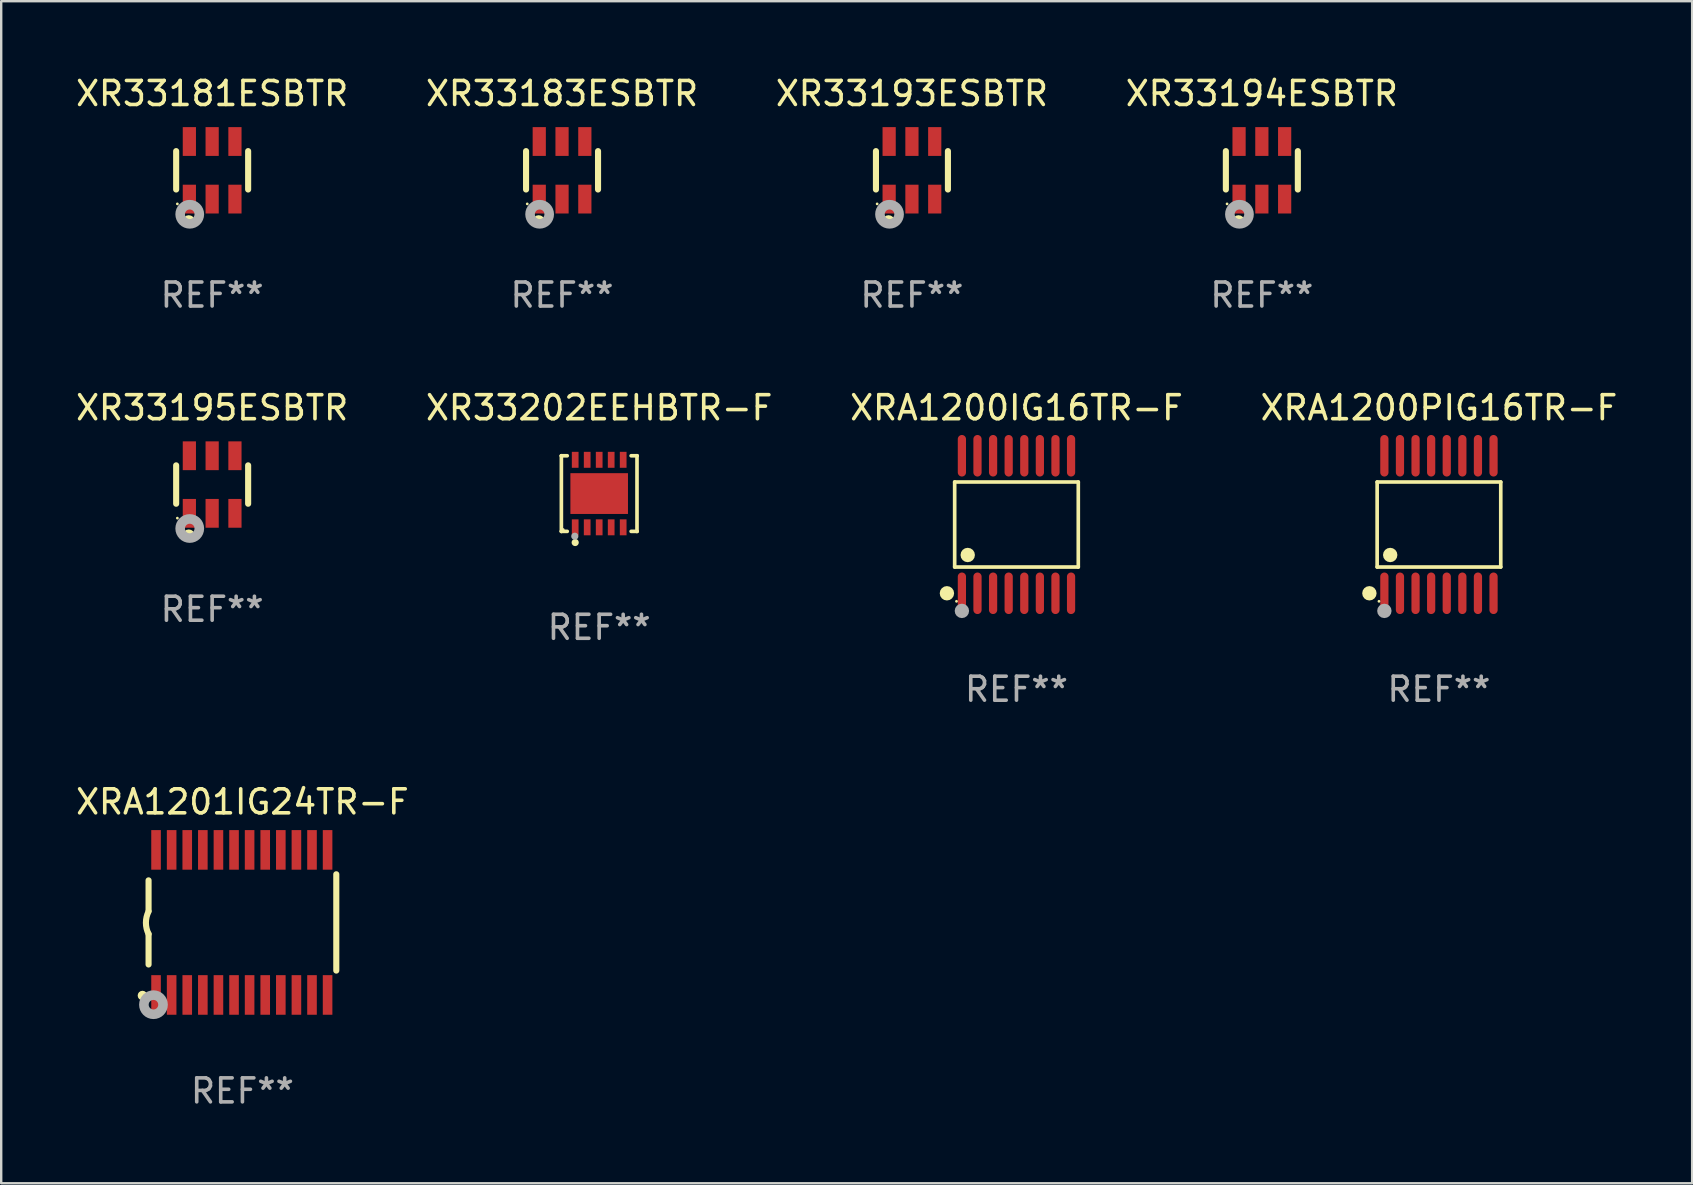
<source format=kicad_pcb>
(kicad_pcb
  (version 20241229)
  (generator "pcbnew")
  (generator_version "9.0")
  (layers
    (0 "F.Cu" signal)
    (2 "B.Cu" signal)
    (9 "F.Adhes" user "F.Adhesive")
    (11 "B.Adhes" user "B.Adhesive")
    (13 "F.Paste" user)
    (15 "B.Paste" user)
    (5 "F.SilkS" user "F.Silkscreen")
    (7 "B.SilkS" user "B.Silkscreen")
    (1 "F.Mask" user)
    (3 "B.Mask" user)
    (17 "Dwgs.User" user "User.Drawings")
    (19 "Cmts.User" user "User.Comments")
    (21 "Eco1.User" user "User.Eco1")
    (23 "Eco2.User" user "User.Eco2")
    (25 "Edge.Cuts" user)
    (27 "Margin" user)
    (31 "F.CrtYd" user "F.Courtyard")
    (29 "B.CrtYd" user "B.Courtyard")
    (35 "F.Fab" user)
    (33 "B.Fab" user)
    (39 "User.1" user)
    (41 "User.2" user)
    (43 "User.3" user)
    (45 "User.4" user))
  (footprint "XR33202EEHBTR-F"
    (layer "F.Cu")
    (at 21.923 17.521)
    (property "Reference" "XR33202EEHBTR-F" (at 0 -3.576 0) (layer "F.SilkS") (effects (font (size 1 1) (thickness 0.15))))
    (attr through_hole)
    (fp_line (start -1.576 -1.576) (end -1.576 -1.576) (stroke (width 0.152) (type solid)) (layer "F.SilkS"))
    (fp_line (start -1.576 -1.576) (end -1.331 -1.576) (stroke (width 0.152) (type solid)) (layer "F.SilkS"))
    (fp_line (start -1.576 1.576) (end -1.576 -1.576) (stroke (width 0.152) (type solid)) (layer "F.SilkS"))
    (fp_line (start -1.576 1.576) (end -1.576 1.576) (stroke (width 0.152) (type solid)) (layer "F.SilkS"))
    (fp_line (start -1.331 1.576) (end -1.576 1.576) (stroke (width 0.152) (type solid)) (layer "F.SilkS"))
    (fp_line (start 1.331 1.576) (end 1.576 1.576) (stroke (width 0.152) (type solid)) (layer "F.SilkS"))
    (fp_line (start 1.576 -1.576) (end 1.331 -1.576) (stroke (width 0.152) (type solid)) (layer "F.SilkS"))
    (fp_line (start 1.576 -1.576) (end 1.576 -1.576) (stroke (width 0.152) (type solid)) (layer "F.SilkS"))
    (fp_line (start 1.576 1.576) (end 1.576 -1.576) (stroke (width 0.152) (type solid)) (layer "F.SilkS"))
    (fp_line (start 1.576 1.576) (end 1.576 1.576) (stroke (width 0.152) (type solid)) (layer "F.SilkS"))
    (fp_circle (center -1.5 1.5) (end -1.47 1.5) (stroke (width 0.06) (type solid)) (fill no) (layer "F.SilkS"))
    (fp_circle (center -1 2.04) (end -0.925 2.04) (stroke (width 0.15) (type solid)) (fill no) (layer "F.SilkS"))
    (fp_circle (center -1.016 1.778) (end -0.941 1.778) (stroke (width 0.15) (type solid)) (fill no) (layer "F.Fab"))
    (fp_text user "REF**" (at 0 5.576 0) (layer "F.Fab") (effects (font (size 1 1) (thickness 0.15))))
    (pad "1" smd rect (at -1 1.407) (size 0.28 0.665) (layers "F.Cu" "F.Mask" "F.Paste"))
    (pad "2" smd rect (at -0.5 1.407) (size 0.28 0.665) (layers "F.Cu" "F.Mask" "F.Paste"))
    (pad "3" smd rect (at 0 1.407) (size 0.28 0.665) (layers "F.Cu" "F.Mask" "F.Paste"))
    (pad "4" smd rect (at 0.5 1.407) (size 0.28 0.665) (layers "F.Cu" "F.Mask" "F.Paste"))
    (pad "5" smd rect (at 1 1.407) (size 0.28 0.665) (layers "F.Cu" "F.Mask" "F.Paste"))
    (pad "6" smd rect (at 1 -1.407) (size 0.28 0.665) (layers "F.Cu" "F.Mask" "F.Paste"))
    (pad "7" smd rect (at 0.5 -1.407) (size 0.28 0.665) (layers "F.Cu" "F.Mask" "F.Paste"))
    (pad "8" smd rect (at 0 -1.407) (size 0.28 0.665) (layers "F.Cu" "F.Mask" "F.Paste"))
    (pad "9" smd rect (at -0.5 -1.407) (size 0.28 0.665) (layers "F.Cu" "F.Mask" "F.Paste"))
    (pad "10" smd rect (at -1 -1.407) (size 0.28 0.665) (layers "F.Cu" "F.Mask" "F.Paste"))
    (pad "11" smd rect (at 0 0) (size 2.4 1.7) (layers "F.Cu" "F.Mask" "F.Paste")))
  (footprint "XR33193ESBTR"
    (layer "F.Cu")
    (at 34.958 4.048)
    (property "Reference" "XR33193ESBTR" (at 0 -3.2 0) (layer "F.SilkS") (effects (font (size 1 1) (thickness 0.15))))
    (attr through_hole)
    (fp_line (start -1.5 0.8) (end -1.5 -0.8) (stroke (width 0.254) (type solid)) (layer "F.SilkS"))
    (fp_line (start 1.5 -0.8) (end 1.5 0.8) (stroke (width 0.254) (type solid)) (layer "F.SilkS"))
    (fp_circle (center -1.45 1.4) (end -1.42 1.4) (stroke (width 0.06) (type solid)) (fill no) (layer "F.SilkS"))
    (fp_circle (center -0.975 2.125) (end -0.848 2.125) (stroke (width 0.254) (type solid)) (fill no) (layer "F.SilkS"))
    (fp_circle (center -0.934 1.832) (end -0.735 1.832) (stroke (width 0.4) (type solid)) (fill no) (layer "F.Fab"))
    (fp_text user "REF**" (at 0 5.2 0) (layer "F.Fab") (effects (font (size 1 1) (thickness 0.15))))
    (pad "1" smd rect (at -0.95 1.2) (size 0.55 1.2) (layers "F.Cu" "F.Mask" "F.Paste"))
    (pad "2" smd rect (at 0 1.2) (size 0.55 1.2) (layers "F.Cu" "F.Mask" "F.Paste"))
    (pad "3" smd rect (at 0.95 1.2) (size 0.55 1.2) (layers "F.Cu" "F.Mask" "F.Paste"))
    (pad "4" smd rect (at 0.95 -1.2) (size 0.55 1.2) (layers "F.Cu" "F.Mask" "F.Paste"))
    (pad "5" smd rect (at 0 -1.2) (size 0.55 1.2) (layers "F.Cu" "F.Mask" "F.Paste"))
    (pad "6" smd rect (at -0.95 -1.2) (size 0.55 1.2) (layers "F.Cu" "F.Mask" "F.Paste")))
  (footprint "XR33195ESBTR"
    (layer "F.Cu")
    (at 5.792 17.145)
    (property "Reference" "XR33195ESBTR" (at 0 -3.2 0) (layer "F.SilkS") (effects (font (size 1 1) (thickness 0.15))))
    (attr through_hole)
    (fp_line (start -1.5 0.8) (end -1.5 -0.8) (stroke (width 0.254) (type solid)) (layer "F.SilkS"))
    (fp_line (start 1.5 -0.8) (end 1.5 0.8) (stroke (width 0.254) (type solid)) (layer "F.SilkS"))
    (fp_circle (center -1.45 1.4) (end -1.42 1.4) (stroke (width 0.06) (type solid)) (fill no) (layer "F.SilkS"))
    (fp_circle (center -0.975 2.125) (end -0.848 2.125) (stroke (width 0.254) (type solid)) (fill no) (layer "F.SilkS"))
    (fp_circle (center -0.934 1.832) (end -0.735 1.832) (stroke (width 0.4) (type solid)) (fill no) (layer "F.Fab"))
    (fp_text user "REF**" (at 0 5.2 0) (layer "F.Fab") (effects (font (size 1 1) (thickness 0.15))))
    (pad "1" smd rect (at -0.95 1.2) (size 0.55 1.2) (layers "F.Cu" "F.Mask" "F.Paste"))
    (pad "2" smd rect (at 0 1.2) (size 0.55 1.2) (layers "F.Cu" "F.Mask" "F.Paste"))
    (pad "3" smd rect (at 0.95 1.2) (size 0.55 1.2) (layers "F.Cu" "F.Mask" "F.Paste"))
    (pad "4" smd rect (at 0.95 -1.2) (size 0.55 1.2) (layers "F.Cu" "F.Mask" "F.Paste"))
    (pad "5" smd rect (at 0 -1.2) (size 0.55 1.2) (layers "F.Cu" "F.Mask" "F.Paste"))
    (pad "6" smd rect (at -0.95 -1.2) (size 0.55 1.2) (layers "F.Cu" "F.Mask" "F.Paste")))
  (footprint "XR33181ESBTR"
    (layer "F.Cu")
    (at 5.792 4.048)
    (property "Reference" "XR33181ESBTR" (at 0 -3.2 0) (layer "F.SilkS") (effects (font (size 1 1) (thickness 0.15))))
    (attr through_hole)
    (fp_line (start -1.5 0.8) (end -1.5 -0.8) (stroke (width 0.254) (type solid)) (layer "F.SilkS"))
    (fp_line (start 1.5 -0.8) (end 1.5 0.8) (stroke (width 0.254) (type solid)) (layer "F.SilkS"))
    (fp_circle (center -1.45 1.4) (end -1.42 1.4) (stroke (width 0.06) (type solid)) (fill no) (layer "F.SilkS"))
    (fp_circle (center -0.975 2.125) (end -0.848 2.125) (stroke (width 0.254) (type solid)) (fill no) (layer "F.SilkS"))
    (fp_circle (center -0.934 1.832) (end -0.735 1.832) (stroke (width 0.4) (type solid)) (fill no) (layer "F.Fab"))
    (fp_text user "REF**" (at 0 5.2 0) (layer "F.Fab") (effects (font (size 1 1) (thickness 0.15))))
    (pad "1" smd rect (at -0.95 1.2) (size 0.55 1.2) (layers "F.Cu" "F.Mask" "F.Paste"))
    (pad "2" smd rect (at 0 1.2) (size 0.55 1.2) (layers "F.Cu" "F.Mask" "F.Paste"))
    (pad "3" smd rect (at 0.95 1.2) (size 0.55 1.2) (layers "F.Cu" "F.Mask" "F.Paste"))
    (pad "4" smd rect (at 0.95 -1.2) (size 0.55 1.2) (layers "F.Cu" "F.Mask" "F.Paste"))
    (pad "5" smd rect (at 0 -1.2) (size 0.55 1.2) (layers "F.Cu" "F.Mask" "F.Paste"))
    (pad "6" smd rect (at -0.95 -1.2) (size 0.55 1.2) (layers "F.Cu" "F.Mask" "F.Paste")))
  (footprint "XRA1200PIG16TR-F"
    (layer "F.Cu")
    (at 56.923 18.811)
    (property "Reference" "XRA1200PIG16TR-F" (at 0 -4.866 0) (layer "F.SilkS") (effects (font (size 1 1) (thickness 0.15))))
    (attr through_hole)
    (fp_line (start -2.576 -1.772) (end 2.576 -1.772) (stroke (width 0.152) (type solid)) (layer "F.SilkS"))
    (fp_line (start -2.576 1.771) (end -2.576 -1.772) (stroke (width 0.152) (type solid)) (layer "F.SilkS"))
    (fp_line (start 2.576 -1.772) (end 2.576 1.771) (stroke (width 0.152) (type solid)) (layer "F.SilkS"))
    (fp_line (start 2.576 1.771) (end -2.576 1.771) (stroke (width 0.152) (type solid)) (layer "F.SilkS"))
    (fp_circle (center -2.899 2.866) (end -2.749 2.866) (stroke (width 0.3) (type solid)) (fill no) (layer "F.SilkS"))
    (fp_circle (center -2.5 3.2) (end -2.47 3.2) (stroke (width 0.06) (type solid)) (fill no) (layer "F.SilkS"))
    (fp_circle (center -2.032 1.27) (end -1.882 1.27) (stroke (width 0.3) (type solid)) (fill no) (layer "F.SilkS"))
    (fp_circle (center -2.275 3.6) (end -2.125 3.6) (stroke (width 0.3) (type solid)) (fill no) (layer "F.Fab"))
    (fp_text user "REF**" (at 0 6.866 0) (layer "F.Fab") (effects (font (size 1 1) (thickness 0.15))))
    (pad "1" smd oval (at -2.275 2.866) (size 0.343 1.731) (layers "F.Cu" "F.Mask" "F.Paste"))
    (pad "2" smd oval (at -1.625 2.866) (size 0.343 1.731) (layers "F.Cu" "F.Mask" "F.Paste"))
    (pad "3" smd oval (at -0.975 2.866) (size 0.343 1.731) (layers "F.Cu" "F.Mask" "F.Paste"))
    (pad "4" smd oval (at -0.325 2.866) (size 0.343 1.731) (layers "F.Cu" "F.Mask" "F.Paste"))
    (pad "5" smd oval (at 0.325 2.866) (size 0.343 1.731) (layers "F.Cu" "F.Mask" "F.Paste"))
    (pad "6" smd oval (at 0.975 2.866) (size 0.343 1.731) (layers "F.Cu" "F.Mask" "F.Paste"))
    (pad "7" smd oval (at 1.625 2.866) (size 0.343 1.731) (layers "F.Cu" "F.Mask" "F.Paste"))
    (pad "8" smd oval (at 2.275 2.866) (size 0.343 1.731) (layers "F.Cu" "F.Mask" "F.Paste"))
    (pad "9" smd oval (at 2.275 -2.866) (size 0.343 1.731) (layers "F.Cu" "F.Mask" "F.Paste"))
    (pad "10" smd oval (at 1.625 -2.866) (size 0.343 1.731) (layers "F.Cu" "F.Mask" "F.Paste"))
    (pad "11" smd oval (at 0.975 -2.866) (size 0.343 1.731) (layers "F.Cu" "F.Mask" "F.Paste"))
    (pad "12" smd oval (at 0.325 -2.866) (size 0.343 1.731) (layers "F.Cu" "F.Mask" "F.Paste"))
    (pad "13" smd oval (at -0.325 -2.866) (size 0.343 1.731) (layers "F.Cu" "F.Mask" "F.Paste"))
    (pad "14" smd oval (at -0.975 -2.866) (size 0.343 1.731) (layers "F.Cu" "F.Mask" "F.Paste"))
    (pad "15" smd oval (at -1.625 -2.866) (size 0.343 1.731) (layers "F.Cu" "F.Mask" "F.Paste"))
    (pad "16" smd oval (at -2.275 -2.866) (size 0.343 1.731) (layers "F.Cu" "F.Mask" "F.Paste")))
  (footprint "XR33194ESBTR"
    (layer "F.Cu")
    (at 49.542 4.048)
    (property "Reference" "XR33194ESBTR" (at 0 -3.2 0) (layer "F.SilkS") (effects (font (size 1 1) (thickness 0.15))))
    (attr through_hole)
    (fp_line (start -1.5 0.8) (end -1.5 -0.8) (stroke (width 0.254) (type solid)) (layer "F.SilkS"))
    (fp_line (start 1.5 -0.8) (end 1.5 0.8) (stroke (width 0.254) (type solid)) (layer "F.SilkS"))
    (fp_circle (center -1.45 1.4) (end -1.42 1.4) (stroke (width 0.06) (type solid)) (fill no) (layer "F.SilkS"))
    (fp_circle (center -0.975 2.125) (end -0.848 2.125) (stroke (width 0.254) (type solid)) (fill no) (layer "F.SilkS"))
    (fp_circle (center -0.934 1.832) (end -0.735 1.832) (stroke (width 0.4) (type solid)) (fill no) (layer "F.Fab"))
    (fp_text user "REF**" (at 0 5.2 0) (layer "F.Fab") (effects (font (size 1 1) (thickness 0.15))))
    (pad "1" smd rect (at -0.95 1.2) (size 0.55 1.2) (layers "F.Cu" "F.Mask" "F.Paste"))
    (pad "2" smd rect (at 0 1.2) (size 0.55 1.2) (layers "F.Cu" "F.Mask" "F.Paste"))
    (pad "3" smd rect (at 0.95 1.2) (size 0.55 1.2) (layers "F.Cu" "F.Mask" "F.Paste"))
    (pad "4" smd rect (at 0.95 -1.2) (size 0.55 1.2) (layers "F.Cu" "F.Mask" "F.Paste"))
    (pad "5" smd rect (at 0 -1.2) (size 0.55 1.2) (layers "F.Cu" "F.Mask" "F.Paste"))
    (pad "6" smd rect (at -0.95 -1.2) (size 0.55 1.2) (layers "F.Cu" "F.Mask" "F.Paste")))
  (footprint "XRA1201IG24TR-F"
    (layer "F.Cu")
    (at 7.054 35.395)
    (property "Reference" "XRA1201IG24TR-F" (at 0 -5.023 0) (layer "F.SilkS") (effects (font (size 1 1) (thickness 0.15))))
    (attr through_hole)
    (fp_line (start -3.912 -0.483) (end -3.912 -1.753) (stroke (width 0.254) (type solid)) (layer "F.SilkS"))
    (fp_line (start -3.912 1.753) (end -3.912 0.483) (stroke (width 0.254) (type solid)) (layer "F.SilkS"))
    (fp_line (start 3.912 -2.007) (end 3.912 2.007) (stroke (width 0.254) (type solid)) (layer "F.SilkS"))
    (fp_arc (start -3.911608 0.482601) (mid -4.022537 0.0127) (end -3.911608 -0.457201) (stroke (width 0.254001) (type solid)) (layer "F.SilkS"))
    (fp_circle (center -4.166 3.048) (end -4.066 3.048) (stroke (width 0.2) (type solid)) (fill no) (layer "F.SilkS"))
    (fp_circle (center -3.925 3.186) (end -3.895 3.186) (stroke (width 0.06) (type solid)) (fill no) (layer "F.SilkS"))
    (fp_circle (center -3.708 3.429) (end -3.509 3.429) (stroke (width 0.4) (type solid)) (fill no) (layer "F.Fab"))
    (fp_text user "REF**" (at 0 7.023 0) (layer "F.Fab") (effects (font (size 1 1) (thickness 0.15))))
    (pad "1" smd rect (at -3.6 3.023) (size 0.4 1.65) (layers "F.Cu" "F.Mask" "F.Paste"))
    (pad "2" smd rect (at -2.95 3.023) (size 0.4 1.65) (layers "F.Cu" "F.Mask" "F.Paste"))
    (pad "3" smd rect (at -2.3 3.023) (size 0.4 1.65) (layers "F.Cu" "F.Mask" "F.Paste"))
    (pad "4" smd rect (at -1.65 3.023) (size 0.4 1.65) (layers "F.Cu" "F.Mask" "F.Paste"))
    (pad "5" smd rect (at -1 3.023) (size 0.4 1.65) (layers "F.Cu" "F.Mask" "F.Paste"))
    (pad "6" smd rect (at -0.35 3.023) (size 0.4 1.65) (layers "F.Cu" "F.Mask" "F.Paste"))
    (pad "7" smd rect (at 0.299 3.023) (size 0.4 1.65) (layers "F.Cu" "F.Mask" "F.Paste"))
    (pad "8" smd rect (at 0.95 3.023) (size 0.4 1.65) (layers "F.Cu" "F.Mask" "F.Paste"))
    (pad "9" smd rect (at 1.6 3.023) (size 0.4 1.65) (layers "F.Cu" "F.Mask" "F.Paste"))
    (pad "10" smd rect (at 2.25 3.023) (size 0.4 1.65) (layers "F.Cu" "F.Mask" "F.Paste"))
    (pad "11" smd rect (at 2.9 3.023) (size 0.4 1.65) (layers "F.Cu" "F.Mask" "F.Paste"))
    (pad "12" smd rect (at 3.549 3.023) (size 0.4 1.65) (layers "F.Cu" "F.Mask" "F.Paste"))
    (pad "13" smd rect (at 3.549 -3.023) (size 0.4 1.65) (layers "F.Cu" "F.Mask" "F.Paste"))
    (pad "14" smd rect (at 2.9 -3.023) (size 0.4 1.65) (layers "F.Cu" "F.Mask" "F.Paste"))
    (pad "15" smd rect (at 2.25 -3.023) (size 0.4 1.65) (layers "F.Cu" "F.Mask" "F.Paste"))
    (pad "16" smd rect (at 1.6 -3.023) (size 0.4 1.65) (layers "F.Cu" "F.Mask" "F.Paste"))
    (pad "17" smd rect (at 0.95 -3.023) (size 0.4 1.65) (layers "F.Cu" "F.Mask" "F.Paste"))
    (pad "18" smd rect (at 0.299 -3.023) (size 0.4 1.65) (layers "F.Cu" "F.Mask" "F.Paste"))
    (pad "19" smd rect (at -0.35 -3.023) (size 0.4 1.65) (layers "F.Cu" "F.Mask" "F.Paste"))
    (pad "20" smd rect (at -1 -3.023) (size 0.4 1.65) (layers "F.Cu" "F.Mask" "F.Paste"))
    (pad "21" smd rect (at -1.65 -3.023) (size 0.4 1.65) (layers "F.Cu" "F.Mask" "F.Paste"))
    (pad "22" smd rect (at -2.3 -3.023) (size 0.4 1.65) (layers "F.Cu" "F.Mask" "F.Paste"))
    (pad "23" smd rect (at -2.95 -3.023) (size 0.4 1.65) (layers "F.Cu" "F.Mask" "F.Paste"))
    (pad "24" smd rect (at -3.6 -3.023) (size 0.4 1.65) (layers "F.Cu" "F.Mask" "F.Paste")))
  (footprint "XRA1200IG16TR-F"
    (layer "F.Cu")
    (at 39.315 18.811)
    (property "Reference" "XRA1200IG16TR-F" (at 0 -4.866 0) (layer "F.SilkS") (effects (font (size 1 1) (thickness 0.15))))
    (attr through_hole)
    (fp_line (start -2.576 -1.772) (end 2.576 -1.772) (stroke (width 0.152) (type solid)) (layer "F.SilkS"))
    (fp_line (start -2.576 1.771) (end -2.576 -1.772) (stroke (width 0.152) (type solid)) (layer "F.SilkS"))
    (fp_line (start 2.576 -1.772) (end 2.576 1.771) (stroke (width 0.152) (type solid)) (layer "F.SilkS"))
    (fp_line (start 2.576 1.771) (end -2.576 1.771) (stroke (width 0.152) (type solid)) (layer "F.SilkS"))
    (fp_circle (center -2.899 2.866) (end -2.749 2.866) (stroke (width 0.3) (type solid)) (fill no) (layer "F.SilkS"))
    (fp_circle (center -2.5 3.2) (end -2.47 3.2) (stroke (width 0.06) (type solid)) (fill no) (layer "F.SilkS"))
    (fp_circle (center -2.032 1.27) (end -1.882 1.27) (stroke (width 0.3) (type solid)) (fill no) (layer "F.SilkS"))
    (fp_circle (center -2.275 3.6) (end -2.125 3.6) (stroke (width 0.3) (type solid)) (fill no) (layer "F.Fab"))
    (fp_text user "REF**" (at 0 6.866 0) (layer "F.Fab") (effects (font (size 1 1) (thickness 0.15))))
    (pad "1" smd oval (at -2.275 2.866) (size 0.343 1.731) (layers "F.Cu" "F.Mask" "F.Paste"))
    (pad "2" smd oval (at -1.625 2.866) (size 0.343 1.731) (layers "F.Cu" "F.Mask" "F.Paste"))
    (pad "3" smd oval (at -0.975 2.866) (size 0.343 1.731) (layers "F.Cu" "F.Mask" "F.Paste"))
    (pad "4" smd oval (at -0.325 2.866) (size 0.343 1.731) (layers "F.Cu" "F.Mask" "F.Paste"))
    (pad "5" smd oval (at 0.325 2.866) (size 0.343 1.731) (layers "F.Cu" "F.Mask" "F.Paste"))
    (pad "6" smd oval (at 0.975 2.866) (size 0.343 1.731) (layers "F.Cu" "F.Mask" "F.Paste"))
    (pad "7" smd oval (at 1.625 2.866) (size 0.343 1.731) (layers "F.Cu" "F.Mask" "F.Paste"))
    (pad "8" smd oval (at 2.275 2.866) (size 0.343 1.731) (layers "F.Cu" "F.Mask" "F.Paste"))
    (pad "9" smd oval (at 2.275 -2.866) (size 0.343 1.731) (layers "F.Cu" "F.Mask" "F.Paste"))
    (pad "10" smd oval (at 1.625 -2.866) (size 0.343 1.731) (layers "F.Cu" "F.Mask" "F.Paste"))
    (pad "11" smd oval (at 0.975 -2.866) (size 0.343 1.731) (layers "F.Cu" "F.Mask" "F.Paste"))
    (pad "12" smd oval (at 0.325 -2.866) (size 0.343 1.731) (layers "F.Cu" "F.Mask" "F.Paste"))
    (pad "13" smd oval (at -0.325 -2.866) (size 0.343 1.731) (layers "F.Cu" "F.Mask" "F.Paste"))
    (pad "14" smd oval (at -0.975 -2.866) (size 0.343 1.731) (layers "F.Cu" "F.Mask" "F.Paste"))
    (pad "15" smd oval (at -1.625 -2.866) (size 0.343 1.731) (layers "F.Cu" "F.Mask" "F.Paste"))
    (pad "16" smd oval (at -2.275 -2.866) (size 0.343 1.731) (layers "F.Cu" "F.Mask" "F.Paste")))
  (footprint "XR33183ESBTR"
    (layer "F.Cu")
    (at 20.375 4.048)
    (property "Reference" "XR33183ESBTR" (at 0 -3.2 0) (layer "F.SilkS") (effects (font (size 1 1) (thickness 0.15))))
    (attr through_hole)
    (fp_line (start -1.5 0.8) (end -1.5 -0.8) (stroke (width 0.254) (type solid)) (layer "F.SilkS"))
    (fp_line (start 1.5 -0.8) (end 1.5 0.8) (stroke (width 0.254) (type solid)) (layer "F.SilkS"))
    (fp_circle (center -1.45 1.4) (end -1.42 1.4) (stroke (width 0.06) (type solid)) (fill no) (layer "F.SilkS"))
    (fp_circle (center -0.975 2.125) (end -0.848 2.125) (stroke (width 0.254) (type solid)) (fill no) (layer "F.SilkS"))
    (fp_circle (center -0.934 1.832) (end -0.735 1.832) (stroke (width 0.4) (type solid)) (fill no) (layer "F.Fab"))
    (fp_text user "REF**" (at 0 5.2 0) (layer "F.Fab") (effects (font (size 1 1) (thickness 0.15))))
    (pad "1" smd rect (at -0.95 1.2) (size 0.55 1.2) (layers "F.Cu" "F.Mask" "F.Paste"))
    (pad "2" smd rect (at 0 1.2) (size 0.55 1.2) (layers "F.Cu" "F.Mask" "F.Paste"))
    (pad "3" smd rect (at 0.95 1.2) (size 0.55 1.2) (layers "F.Cu" "F.Mask" "F.Paste"))
    (pad "4" smd rect (at 0.95 -1.2) (size 0.55 1.2) (layers "F.Cu" "F.Mask" "F.Paste"))
    (pad "5" smd rect (at 0 -1.2) (size 0.55 1.2) (layers "F.Cu" "F.Mask" "F.Paste"))
    (pad "6" smd rect (at -0.95 -1.2) (size 0.55 1.2) (layers "F.Cu" "F.Mask" "F.Paste")))
  (gr_rect
    (start -3 -3)
    (end 67.476 46.266)
    (stroke (width 0.1) (type default))
    (fill no)
    (layer "Edge.Cuts")))
</source>
